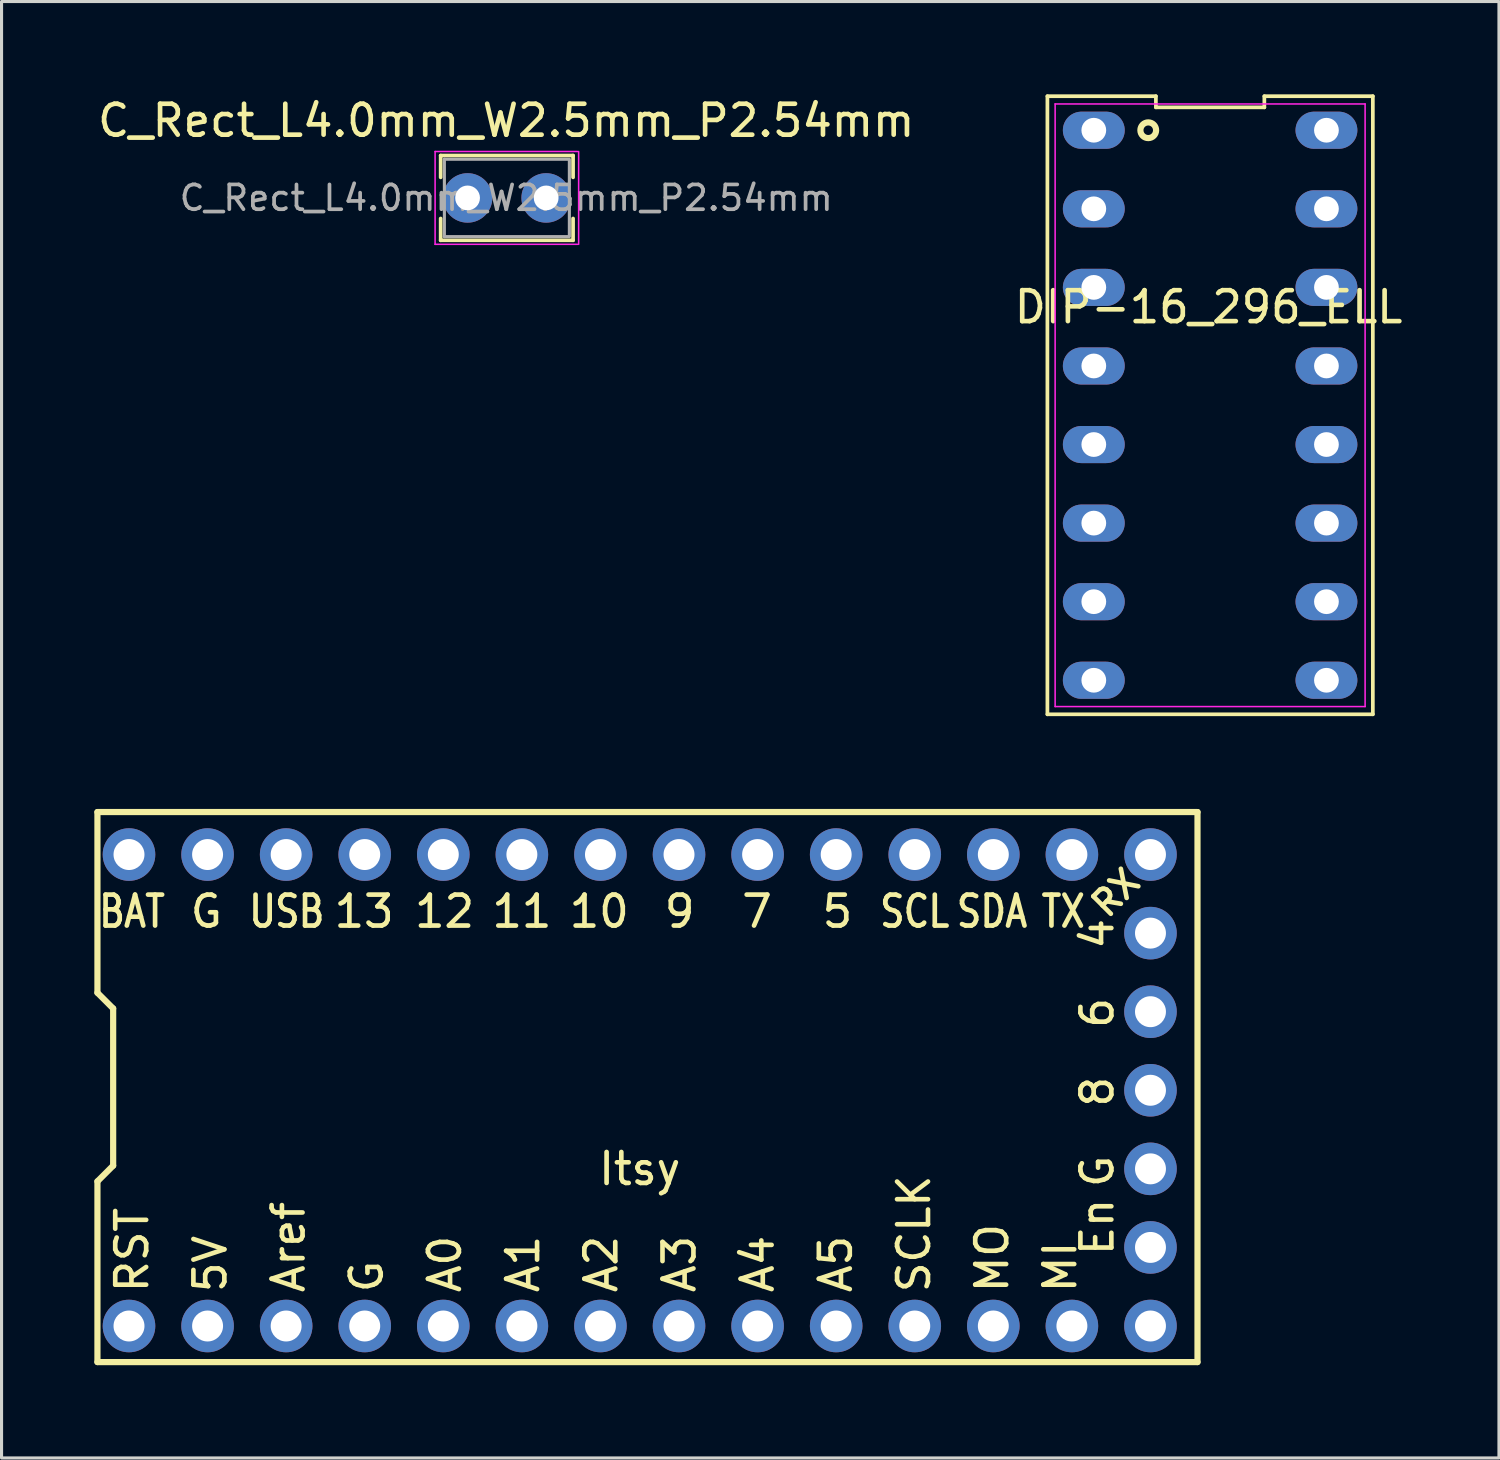
<source format=kicad_pcb>
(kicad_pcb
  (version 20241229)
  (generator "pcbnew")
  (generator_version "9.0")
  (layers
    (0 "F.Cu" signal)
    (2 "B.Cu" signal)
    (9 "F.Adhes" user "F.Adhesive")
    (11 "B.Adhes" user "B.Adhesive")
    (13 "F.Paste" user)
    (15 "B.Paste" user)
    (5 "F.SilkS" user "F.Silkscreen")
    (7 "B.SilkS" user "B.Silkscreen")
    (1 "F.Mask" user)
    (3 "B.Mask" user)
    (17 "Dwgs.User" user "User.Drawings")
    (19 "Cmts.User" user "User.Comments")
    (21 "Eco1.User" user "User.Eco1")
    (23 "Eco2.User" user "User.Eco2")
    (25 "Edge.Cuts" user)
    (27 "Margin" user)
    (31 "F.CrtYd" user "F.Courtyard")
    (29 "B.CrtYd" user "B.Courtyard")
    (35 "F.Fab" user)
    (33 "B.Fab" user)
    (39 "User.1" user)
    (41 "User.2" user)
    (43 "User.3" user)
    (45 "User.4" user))
  (footprint "Itsy"
    (layer "F.Cu")
    (at 1.12 39.814)
    (property "Reference" "Itsy" (at 16.51 -5.08 0) (layer "F.SilkS") (effects (font (size 1 1) (thickness 0.15))))
    (attr through_hole)
    (fp_line (start -1.02 -16.614) (end -1.02 -10.772) (stroke (width 0.2) (type solid)) (layer "F.SilkS"))
    (fp_line (start -1.02 -10.772) (end -0.512 -10.264) (stroke (width 0.2) (type solid)) (layer "F.SilkS"))
    (fp_line (start -1.02 -4.676) (end -1.02 1.166) (stroke (width 0.2) (type solid)) (layer "F.SilkS"))
    (fp_line (start -1.02 1.166) (end 34.54 1.166) (stroke (width 0.2) (type solid)) (layer "F.SilkS"))
    (fp_line (start -0.512 -10.264) (end -0.512 -5.184) (stroke (width 0.2) (type solid)) (layer "F.SilkS"))
    (fp_line (start -0.512 -5.184) (end -1.02 -4.676) (stroke (width 0.2) (type solid)) (layer "F.SilkS"))
    (fp_line (start 34.54 -16.614) (end -1.02 -16.614) (stroke (width 0.2) (type solid)) (layer "F.SilkS"))
    (fp_line (start 34.54 1.166) (end 34.54 -16.614) (stroke (width 0.2) (type solid)) (layer "F.SilkS"))
    (fp_text user "MO" (at 27.9 -1 90) (layer "F.SilkS") (effects (font (size 1 1) (thickness 0.15)) (justify left)))
    (fp_text user "A3" (at 17.791 -1 90) (layer "F.SilkS") (effects (font (size 1 1) (thickness 0.15)) (justify left)))
    (fp_text user "SCLK" (at 25.373 -1 90) (layer "F.SilkS") (effects (font (size 1 1) (thickness 0.15)) (justify left)))
    (fp_text user "5V" (at 2.627 -1 90) (layer "F.SilkS") (effects (font (size 1 1) (thickness 0.15)) (justify left)))
    (fp_text user "A4" (at 20.318 -1 90) (layer "F.SilkS") (effects (font (size 1 1) (thickness 0.15)) (justify left)))
    (fp_text user "SCL" (at 25.4 -13.4 0) (layer "F.SilkS") (effects (font (size 1 0.8) (thickness 0.15))))
    (fp_text user "4" (at 31.3 -12.1 90) (layer "F.SilkS") (effects (font (size 1 1) (thickness 0.15)) (justify left)))
    (fp_text user "8" (at 31.3 -6.998 90) (layer "F.SilkS") (effects (font (size 1 1) (thickness 0.15)) (justify left)))
    (fp_text user "RX" (at 31.9 -14 45) (layer "F.SilkS") (effects (font (size 0.8 0.8) (thickness 0.15))))
    (fp_text user "A0" (at 10.209 -1 90) (layer "F.SilkS") (effects (font (size 1 1) (thickness 0.15)) (justify left)))
    (fp_text user "6" (at 31.3 -9.549 90) (layer "F.SilkS") (effects (font (size 1 1) (thickness 0.15)) (justify left)))
    (fp_text user "MI" (at 30.1 -1 90) (layer "F.SilkS") (effects (font (size 1 1) (thickness 0.15)) (justify left)))
    (fp_text user "10" (at 15.2 -13.4 0) (layer "F.SilkS") (effects (font (size 1 1) (thickness 0.15))))
    (fp_text user "A1" (at 12.736 -1 90) (layer "F.SilkS") (effects (font (size 1 1) (thickness 0.15)) (justify left)))
    (fp_text user "En" (at 31.3 -2.2 90) (layer "F.SilkS") (effects (font (size 1 1) (thickness 0.15)) (justify left)))
    (fp_text user "RST" (at 0.1 -1 90) (layer "F.SilkS") (effects (font (size 1 1) (thickness 0.15)) (justify left)))
    (fp_text user "G" (at 7.682 -1 90) (layer "F.SilkS") (effects (font (size 1 1) (thickness 0.15)) (justify left)))
    (fp_text user "Aref" (at 5.155 -1 90) (layer "F.SilkS") (effects (font (size 1 1) (thickness 0.15)) (justify left)))
    (fp_text user "TX" (at 30.2 -13.4 0) (layer "F.SilkS") (effects (font (size 1 0.8) (thickness 0.15))))
    (fp_text user "7" (at 20.3 -13.4 0) (layer "F.SilkS") (effects (font (size 1 1) (thickness 0.15))))
    (fp_text user "USB" (at 5.1 -13.4 0) (layer "F.SilkS") (effects (font (size 1 0.8) (thickness 0.15))))
    (fp_text user "G" (at 2.5 -13.4 0) (layer "F.SilkS") (effects (font (size 1 1) (thickness 0.15))))
    (fp_text user "9" (at 17.8 -13.4 0) (layer "F.SilkS") (effects (font (size 1 1) (thickness 0.15))))
    (fp_text user "G" (at 31.3 -4.4 90) (layer "F.SilkS") (effects (font (size 1 1) (thickness 0.15)) (justify left)))
    (fp_text user "BAT" (at 0.1 -13.4 0) (layer "F.SilkS") (effects (font (size 1 0.8) (thickness 0.15))))
    (fp_text user "A5" (at 22.845 -1 90) (layer "F.SilkS") (effects (font (size 1 1) (thickness 0.15)) (justify left)))
    (fp_text user "5" (at 22.9 -13.4 0) (layer "F.SilkS") (effects (font (size 1 1) (thickness 0.15))))
    (fp_text user "SDA" (at 27.9 -13.4 0) (layer "F.SilkS") (effects (font (size 1 0.8) (thickness 0.15))))
    (fp_text user "A2" (at 15.264 -1 90) (layer "F.SilkS") (effects (font (size 1 1) (thickness 0.15)) (justify left)))
    (fp_text user "11" (at 12.7 -13.4 0) (layer "F.SilkS") (effects (font (size 1 1) (thickness 0.15))))
    (fp_text user "12" (at 10.2 -13.4 0) (layer "F.SilkS") (effects (font (size 1 1) (thickness 0.15))))
    (fp_text user "13" (at 7.6 -13.4 0) (layer "F.SilkS") (effects (font (size 1 1) (thickness 0.15))))
    (pad "1" thru_hole circle (at 0 0) (size 1.7 1.7) (drill 1) (layers "*.Cu" "*.Mask"))
    (pad "2" thru_hole circle (at 2.54 0) (size 1.7 1.7) (drill 1) (layers "*.Cu" "*.Mask"))
    (pad "3" thru_hole circle (at 5.08 0) (size 1.7 1.7) (drill 1) (layers "*.Cu" "*.Mask"))
    (pad "4" thru_hole circle (at 7.62 0) (size 1.7 1.7) (drill 1) (layers "*.Cu" "*.Mask"))
    (pad "5" thru_hole circle (at 10.16 0) (size 1.7 1.7) (drill 1) (layers "*.Cu" "*.Mask"))
    (pad "6" thru_hole circle (at 12.7 0) (size 1.7 1.7) (drill 1) (layers "*.Cu" "*.Mask"))
    (pad "7" thru_hole circle (at 15.24 0) (size 1.7 1.7) (drill 1) (layers "*.Cu" "*.Mask"))
    (pad "8" thru_hole circle (at 17.78 0) (size 1.7 1.7) (drill 1) (layers "*.Cu" "*.Mask"))
    (pad "9" thru_hole circle (at 20.32 0) (size 1.7 1.7) (drill 1) (layers "*.Cu" "*.Mask"))
    (pad "10" thru_hole circle (at 22.86 0) (size 1.7 1.7) (drill 1) (layers "*.Cu" "*.Mask"))
    (pad "11" thru_hole circle (at 25.4 0) (size 1.7 1.7) (drill 1) (layers "*.Cu" "*.Mask"))
    (pad "12" thru_hole circle (at 27.94 0) (size 1.7 1.7) (drill 1) (layers "*.Cu" "*.Mask"))
    (pad "13" thru_hole circle (at 30.48 0) (size 1.7 1.7) (drill 1) (layers "*.Cu" "*.Mask"))
    (pad "14" thru_hole circle (at 33.02 0) (size 1.7 1.7) (drill 1) (layers "*.Cu" "*.Mask"))
    (pad "15" thru_hole circle (at 33.02 -2.54) (size 1.7 1.7) (drill 1) (layers "*.Cu" "*.Mask"))
    (pad "16" thru_hole circle (at 33.02 -5.08) (size 1.7 1.7) (drill 1) (layers "*.Cu" "*.Mask"))
    (pad "17" thru_hole circle (at 33.02 -7.62) (size 1.7 1.7) (drill 1) (layers "*.Cu" "*.Mask"))
    (pad "18" thru_hole circle (at 33.02 -10.16) (size 1.7 1.7) (drill 1) (layers "*.Cu" "*.Mask"))
    (pad "19" thru_hole circle (at 33.02 -12.7) (size 1.7 1.7) (drill 1) (layers "*.Cu" "*.Mask"))
    (pad "20" thru_hole circle (at 33.02 -15.24) (size 1.7 1.7) (drill 1) (layers "*.Cu" "*.Mask"))
    (pad "21" thru_hole circle (at 30.48 -15.24) (size 1.7 1.7) (drill 1) (layers "*.Cu" "*.Mask"))
    (pad "22" thru_hole circle (at 27.94 -15.24) (size 1.7 1.7) (drill 1) (layers "*.Cu" "*.Mask"))
    (pad "23" thru_hole circle (at 25.4 -15.24) (size 1.7 1.7) (drill 1) (layers "*.Cu" "*.Mask"))
    (pad "24" thru_hole circle (at 22.86 -15.24) (size 1.7 1.7) (drill 1) (layers "*.Cu" "*.Mask"))
    (pad "25" thru_hole circle (at 20.32 -15.24) (size 1.7 1.7) (drill 1) (layers "*.Cu" "*.Mask"))
    (pad "26" thru_hole circle (at 17.78 -15.24) (size 1.7 1.7) (drill 1) (layers "*.Cu" "*.Mask"))
    (pad "27" thru_hole circle (at 15.24 -15.24) (size 1.7 1.7) (drill 1) (layers "*.Cu" "*.Mask"))
    (pad "28" thru_hole circle (at 12.7 -15.24) (size 1.7 1.7) (drill 1) (layers "*.Cu" "*.Mask"))
    (pad "29" thru_hole circle (at 10.16 -15.24) (size 1.7 1.7) (drill 1) (layers "*.Cu" "*.Mask"))
    (pad "30" thru_hole circle (at 7.62 -15.24) (size 1.7 1.7) (drill 1) (layers "*.Cu" "*.Mask"))
    (pad "31" thru_hole circle (at 5.08 -15.24) (size 1.7 1.7) (drill 1) (layers "*.Cu" "*.Mask"))
    (pad "32" thru_hole circle (at 2.54 -15.24) (size 1.7 1.7) (drill 1) (layers "*.Cu" "*.Mask"))
    (pad "33" thru_hole circle (at 0 -15.24) (size 1.7 1.7) (drill 1) (layers "*.Cu" "*.Mask")))
  (footprint "DIP-16_296_ELL"
    (layer "F.Cu")
    (at 36.068 10.05 -90)
    (property "Reference" "DIP-16_296_ELL" (at -3.175 0.05 0) (layer "F.SilkS") (effects (font (size 1 1) (thickness 0.15))))
    (attr through_hole)
    (fp_line (start 9.99 5.26) (end 9.99 -5.26) (stroke (width 0.12) (type solid)) (layer "F.SilkS"))
    (fp_line (start -9.99 5.26) (end 9.99 5.26) (stroke (width 0.12) (type solid)) (layer "F.SilkS"))
    (fp_line (start -9.99 1.753) (end -9.99 5.26) (stroke (width 0.12) (type solid)) (layer "F.SilkS"))
    (fp_line (start -9.63 1.753) (end -9.99 1.753) (stroke (width 0.12) (type solid)) (layer "F.SilkS"))
    (fp_line (start -9.99 -1.753) (end -9.63 -1.753) (stroke (width 0.12) (type solid)) (layer "F.SilkS"))
    (fp_line (start -9.63 -1.753) (end -9.63 1.753) (stroke (width 0.12) (type solid)) (layer "F.SilkS"))
    (fp_line (start 9.99 -5.26) (end -9.99 -5.26) (stroke (width 0.12) (type solid)) (layer "F.SilkS"))
    (fp_line (start -9.99 -5.26) (end -9.99 -1.753) (stroke (width 0.12) (type solid)) (layer "F.SilkS"))
    (fp_circle (center -8.89 2) (end -8.636 2) (stroke (width 0.2) (type solid)) (fill no) (layer "F.SilkS"))
    (fp_line (start -9.74 5.01) (end -9.74 -5.01) (stroke (width 0.05) (type solid)) (layer "F.CrtYd"))
    (fp_line (start 9.74 5.01) (end -9.74 5.01) (stroke (width 0.05) (type solid)) (layer "F.CrtYd"))
    (fp_line (start -9.74 -5.01) (end 9.74 -5.01) (stroke (width 0.05) (type solid)) (layer "F.CrtYd"))
    (fp_line (start 9.74 -5.01) (end 9.74 5.01) (stroke (width 0.05) (type solid)) (layer "F.CrtYd"))
    (pad "1" thru_hole oval (at -8.89 3.76 270) (size 1.2 2) (drill 0.8) (layers "*.Cu" "*.Mask"))
    (pad "2" thru_hole oval (at -6.35 3.76 270) (size 1.2 2) (drill 0.8) (layers "*.Cu" "*.Mask"))
    (pad "3" thru_hole oval (at -3.81 3.76 270) (size 1.2 2) (drill 0.8) (layers "*.Cu" "*.Mask"))
    (pad "4" thru_hole oval (at -1.27 3.76 270) (size 1.2 2) (drill 0.8) (layers "*.Cu" "*.Mask"))
    (pad "5" thru_hole oval (at 1.27 3.76 270) (size 1.2 2) (drill 0.8) (layers "*.Cu" "*.Mask"))
    (pad "6" thru_hole oval (at 3.81 3.76 270) (size 1.2 2) (drill 0.8) (layers "*.Cu" "*.Mask"))
    (pad "7" thru_hole oval (at 6.35 3.76 270) (size 1.2 2) (drill 0.8) (layers "*.Cu" "*.Mask"))
    (pad "8" thru_hole oval (at 8.89 3.76 270) (size 1.2 2) (drill 0.8) (layers "*.Cu" "*.Mask"))
    (pad "9" thru_hole oval (at 8.89 -3.76 270) (size 1.2 2) (drill 0.8) (layers "*.Cu" "*.Mask"))
    (pad "10" thru_hole oval (at 6.35 -3.76 270) (size 1.2 2) (drill 0.8) (layers "*.Cu" "*.Mask"))
    (pad "11" thru_hole oval (at 3.81 -3.76 270) (size 1.2 2) (drill 0.8) (layers "*.Cu" "*.Mask"))
    (pad "12" thru_hole oval (at 1.27 -3.76 270) (size 1.2 2) (drill 0.8) (layers "*.Cu" "*.Mask"))
    (pad "13" thru_hole oval (at -1.27 -3.76 270) (size 1.2 2) (drill 0.8) (layers "*.Cu" "*.Mask"))
    (pad "14" thru_hole oval (at -3.81 -3.76 270) (size 1.2 2) (drill 0.8) (layers "*.Cu" "*.Mask"))
    (pad "15" thru_hole oval (at -6.35 -3.76 270) (size 1.2 2) (drill 0.8) (layers "*.Cu" "*.Mask"))
    (pad "16" thru_hole oval (at -8.89 -3.76 270) (size 1.2 2) (drill 0.8) (layers "*.Cu" "*.Mask")))
  (footprint "C_Rect_L4.0mm_W2.5mm_P2.54mm"
    (layer "F.Cu")
    (at 12.065 3.348)
    (property "Reference" "C_Rect_L4.0mm_W2.5mm_P2.54mm" (at 1.25 -2.5 0) (layer "F.SilkS") (effects (font (size 1 1) (thickness 0.15))))
    (attr through_hole)
    (fp_line (start -0.87 -1.37) (end -0.87 -0.665) (stroke (width 0.12) (type solid)) (layer "F.SilkS"))
    (fp_line (start -0.87 -1.37) (end 3.41 -1.37) (stroke (width 0.12) (type solid)) (layer "F.SilkS"))
    (fp_line (start -0.87 0.665) (end -0.87 1.37) (stroke (width 0.12) (type solid)) (layer "F.SilkS"))
    (fp_line (start -0.87 1.37) (end 3.41 1.37) (stroke (width 0.12) (type solid)) (layer "F.SilkS"))
    (fp_line (start 3.41 -1.37) (end 3.41 -0.665) (stroke (width 0.12) (type solid)) (layer "F.SilkS"))
    (fp_line (start 3.41 0.665) (end 3.41 1.37) (stroke (width 0.12) (type solid)) (layer "F.SilkS"))
    (fp_line (start -1.05 -1.5) (end -1.05 1.5) (stroke (width 0.05) (type solid)) (layer "F.CrtYd"))
    (fp_line (start -1.05 1.5) (end 3.55 1.5) (stroke (width 0.05) (type solid)) (layer "F.CrtYd"))
    (fp_line (start 3.55 -1.5) (end -1.05 -1.5) (stroke (width 0.05) (type solid)) (layer "F.CrtYd"))
    (fp_line (start 3.59 1.5) (end 3.59 -1.5) (stroke (width 0.05) (type solid)) (layer "F.CrtYd"))
    (fp_line (start -0.75 -1.25) (end -0.75 1.25) (stroke (width 0.1) (type solid)) (layer "F.Fab"))
    (fp_line (start -0.75 1.25) (end 3.25 1.25) (stroke (width 0.1) (type solid)) (layer "F.Fab"))
    (fp_line (start 3.25 -1.25) (end -0.75 -1.25) (stroke (width 0.1) (type solid)) (layer "F.Fab"))
    (fp_line (start 3.29 1.25) (end 3.29 -1.25) (stroke (width 0.1) (type solid)) (layer "F.Fab"))
    (fp_text user "${REFERENCE}" (at 1.25 0 0) (layer "F.Fab") (effects (font (size 0.8 0.8) (thickness 0.12))))
    (pad "1" thru_hole circle (at 0 0) (size 1.6 1.6) (drill 0.8) (layers "*.Cu" "*.Mask"))
    (pad "2" thru_hole circle (at 2.54 0) (size 1.6 1.6) (drill 0.8) (layers "*.Cu" "*.Mask")))
  (gr_rect
    (start -3 -3)
    (end 45.405 44.08)
    (stroke (width 0.1) (type default))
    (fill no)
    (layer "Edge.Cuts")))
</source>
